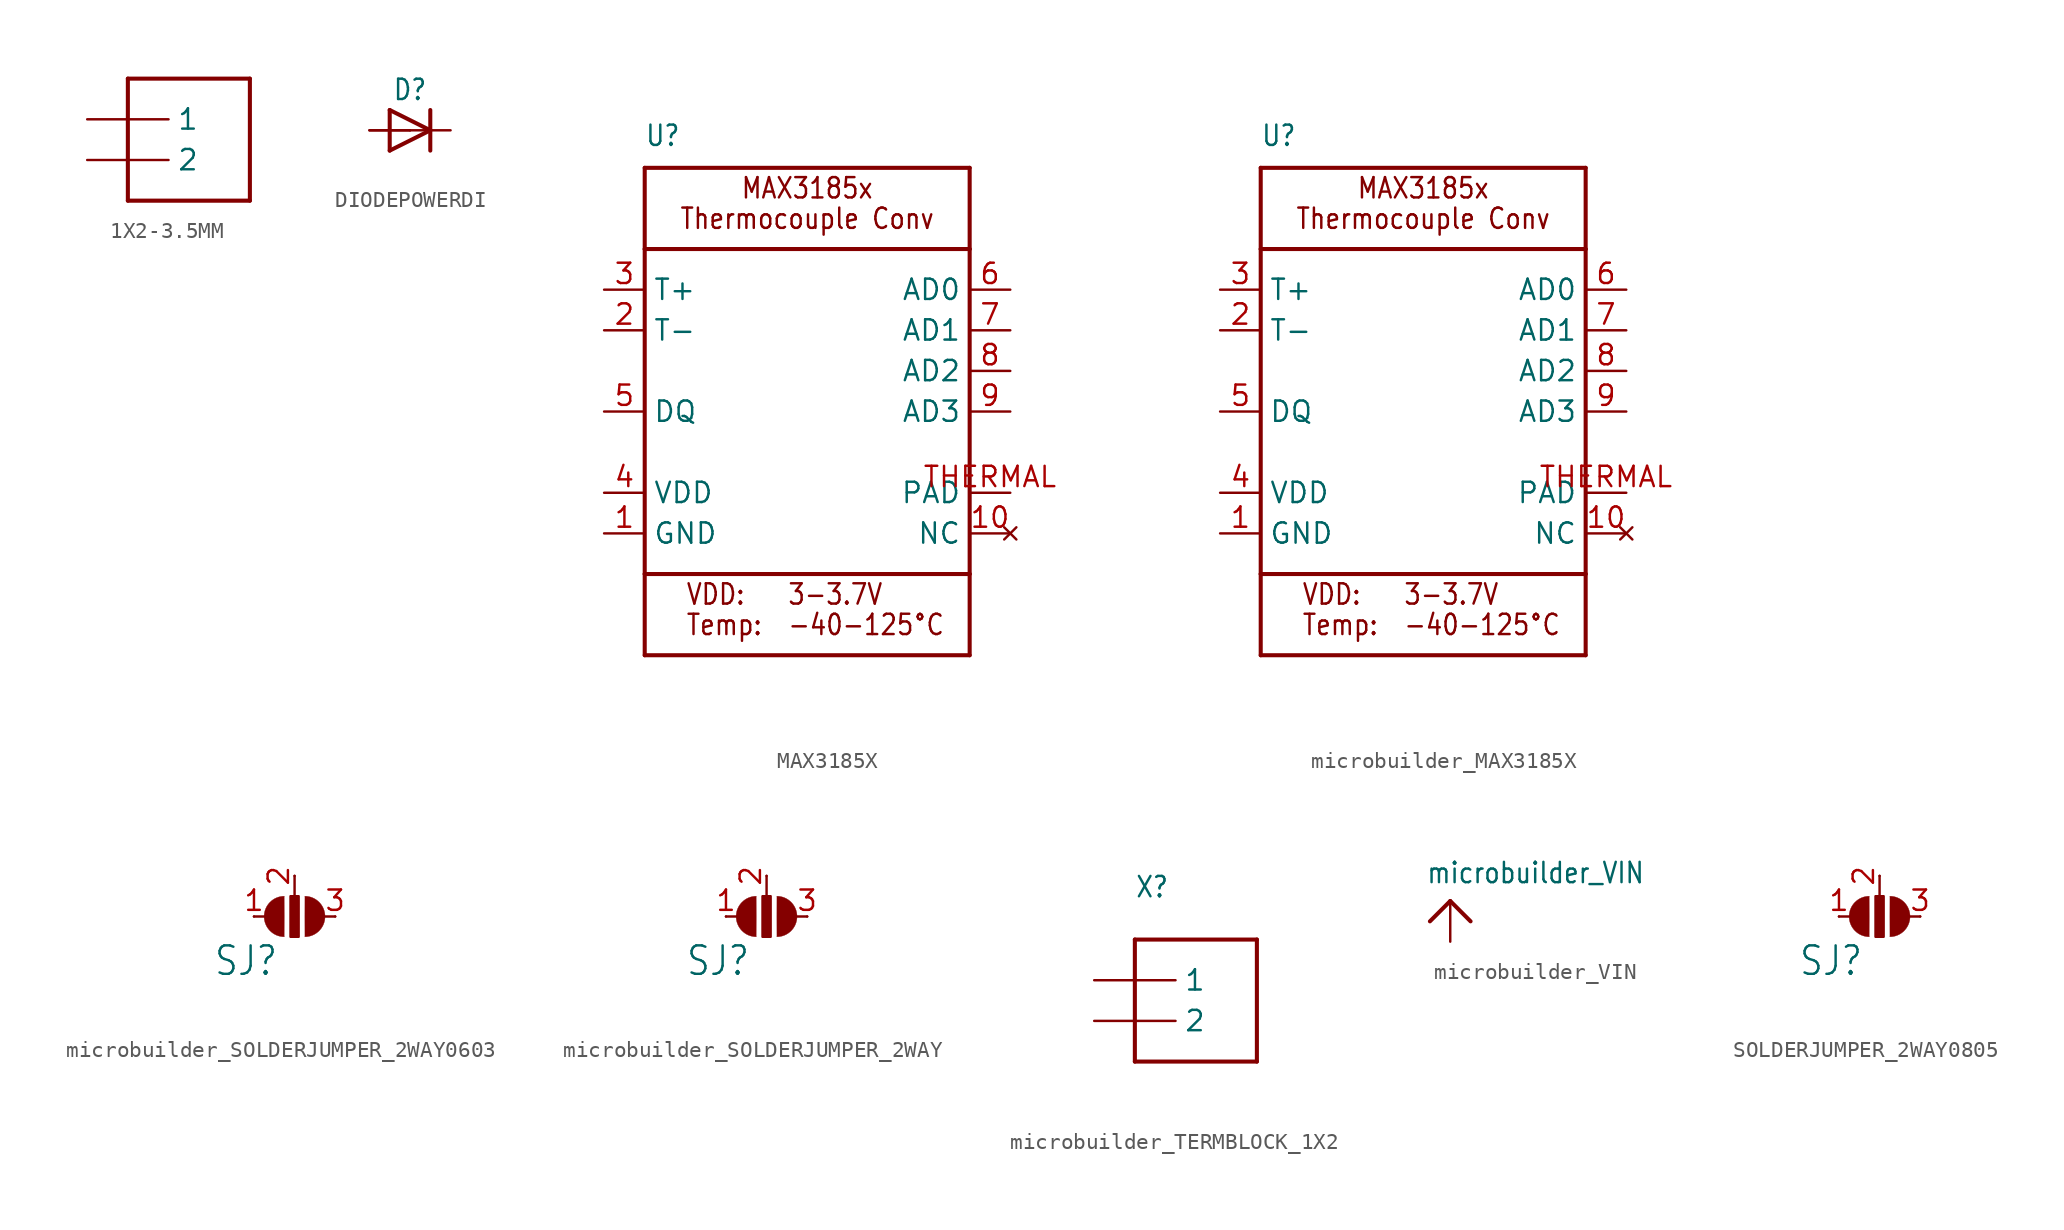
<source format=kicad_sym>
(kicad_symbol_lib
  (version 20220914)
  (generator kicad_symbol_editor)
  (symbol "1X2-3.5MM"
    (property "Reference" "J"
      (at 0 0 0)
      (effects (font (size 1.27 1.27)) hide))
    (property "ki_locked" ""
      (at 0 0 0)
      (effects (font (size 1.27 1.27))))
    (symbol "1X2-3.5MM_1_0"
      (polyline (pts (xy -2.54 -2.54) (xy 5.08 -2.54)) (stroke (width 0.254) (type solid)) (fill (type none)))
      (polyline (pts (xy -2.54 5.08) (xy -2.54 -2.54)) (stroke (width 0.254) (type solid)) (fill (type none)))
      (polyline (pts (xy 5.08 -2.54) (xy 5.08 5.08)) (stroke (width 0.254) (type solid)) (fill (type none)))
      (polyline (pts (xy 5.08 5.08) (xy -2.54 5.08)) (stroke (width 0.254) (type solid)) (fill (type none)))
      (pin passive line (at -5.08 2.54 0) (length 5.08) (name "1" (effects (font (size 1.27 1.27)))) (number "1" (effects (font (size 0 0)))))
      (pin passive line (at -5.08 0 0) (length 5.08) (name "2" (effects (font (size 1.27 1.27)))) (number "2" (effects (font (size 0 0)))))))
  (symbol "DIODEPOWERDI"
    (property "Reference" "D"
      (at 0 2.54 0)
      (effects (font (size 1.27 1.079))))
    (property "Value" ""
      (at 0 -2.5 0)
      (effects (font (size 1.27 1.079))))
    (property "ki_locked" ""
      (at 0 0 0)
      (effects (font (size 1.27 1.27))))
    (symbol "DIODEPOWERDI_1_0"
      (polyline (pts (xy -1.27 -1.27) (xy 1.27 0)) (stroke (width 0.254) (type solid)) (fill (type none)))
      (polyline (pts (xy -1.27 1.27) (xy -1.27 -1.27)) (stroke (width 0.254) (type solid)) (fill (type none)))
      (polyline (pts (xy 1.27 0) (xy -1.27 1.27)) (stroke (width 0.254) (type solid)) (fill (type none)))
      (polyline (pts (xy 1.27 0) (xy 1.27 -1.27)) (stroke (width 0.254) (type solid)) (fill (type none)))
      (polyline (pts (xy 1.27 1.27) (xy 1.27 0)) (stroke (width 0.254) (type solid)) (fill (type none)))
      (pin passive line (at -2.54 0 0) (length 2.54) (name "A" (effects (font (size 0 0)))) (number "A1" (effects (font (size 0 0)))))
      (pin passive line (at -2.54 0 0) (length 2.54) (name "A" (effects (font (size 0 0)))) (number "A2" (effects (font (size 0 0)))))
      (pin passive line (at 2.54 0 180) (length 2.54) (name "C" (effects (font (size 0 0)))) (number "C" (effects (font (size 0 0)))))))
  (symbol "MAX3185X"
    (property "Reference" "U"
      (at -10.16 16.51 0)
      (effects (font (size 1.27 1.079)) (justify left bottom)))
    (property "Value" ""
      (at -10.16 -17.272 0)
      (effects (font (size 1.27 1.079)) (justify left bottom)))
    (property "ki_locked" ""
      (at 0 0 0)
      (effects (font (size 1.27 1.27))))
    (symbol "MAX3185X_1_0"
      (polyline (pts (xy -10.16 -15.24) (xy 10.16 -15.24)) (stroke (width 0.254) (type solid)) (fill (type none)))
      (polyline (pts (xy -10.16 -10.16) (xy -10.16 -15.24)) (stroke (width 0.254) (type solid)) (fill (type none)))
      (polyline (pts (xy -10.16 -10.16) (xy -10.16 10.16)) (stroke (width 0.254) (type solid)) (fill (type none)))
      (polyline (pts (xy -10.16 10.16) (xy -10.16 15.24)) (stroke (width 0.254) (type solid)) (fill (type none)))
      (polyline (pts (xy -10.16 10.16) (xy 10.16 10.16)) (stroke (width 0.254) (type solid)) (fill (type none)))
      (polyline (pts (xy -10.16 15.24) (xy 10.16 15.24)) (stroke (width 0.254) (type solid)) (fill (type none)))
      (polyline (pts (xy 10.16 -15.24) (xy 10.16 -10.16)) (stroke (width 0.254) (type solid)) (fill (type none)))
      (polyline (pts (xy 10.16 -10.16) (xy -10.16 -10.16)) (stroke (width 0.254) (type solid)) (fill (type none)))
      (polyline (pts (xy 10.16 10.16) (xy 10.16 -10.16)) (stroke (width 0.254) (type solid)) (fill (type none)))
      (polyline (pts (xy 10.16 15.24) (xy 10.16 10.16)) (stroke (width 0.254) (type solid)) (fill (type none)))
      (text "-40-125°C" (at -1.27 -13.335 0) (effects (font (size 1.27 1.079)) (justify left)))
      (text "3-3.7V" (at -1.27 -11.43 0) (effects (font (size 1.27 1.079)) (justify left)))
      (text "MAX3185x" (at 0 13.97 0) (effects (font (size 1.27 1.079))))
      (text "Temp:" (at -7.62 -13.335 0) (effects (font (size 1.27 1.079)) (justify left)))
      (text "Thermocouple Conv" (at 0 12.065 0) (effects (font (size 1.27 1.079))))
      (text "VDD:" (at -7.62 -11.43 0) (effects (font (size 1.27 1.079)) (justify left)))
      (pin power_in line (at -12.7 -7.62 0) (length 2.54) (name "GND" (effects (font (size 1.27 1.27)))) (number "1" (effects (font (size 1.27 1.27)))))
      (pin no_connect line (at 12.7 -7.62 180) (length 2.54) (name "NC" (effects (font (size 1.27 1.27)))) (number "10" (effects (font (size 1.27 1.27)))))
      (pin input line (at -12.7 5.08 0) (length 2.54) (name "T-" (effects (font (size 1.27 1.27)))) (number "2" (effects (font (size 1.27 1.27)))))
      (pin input line (at -12.7 7.62 0) (length 2.54) (name "T+" (effects (font (size 1.27 1.27)))) (number "3" (effects (font (size 1.27 1.27)))))
      (pin power_in line (at -12.7 -5.08 0) (length 2.54) (name "VDD" (effects (font (size 1.27 1.27)))) (number "4" (effects (font (size 1.27 1.27)))))
      (pin bidirectional line (at -12.7 0 0) (length 2.54) (name "DQ" (effects (font (size 1.27 1.27)))) (number "5" (effects (font (size 1.27 1.27)))))
      (pin input line (at 12.7 7.62 180) (length 2.54) (name "AD0" (effects (font (size 1.27 1.27)))) (number "6" (effects (font (size 1.27 1.27)))))
      (pin input line (at 12.7 5.08 180) (length 2.54) (name "AD1" (effects (font (size 1.27 1.27)))) (number "7" (effects (font (size 1.27 1.27)))))
      (pin input line (at 12.7 2.54 180) (length 2.54) (name "AD2" (effects (font (size 1.27 1.27)))) (number "8" (effects (font (size 1.27 1.27)))))
      (pin input line (at 12.7 0 180) (length 2.54) (name "AD3" (effects (font (size 1.27 1.27)))) (number "9" (effects (font (size 1.27 1.27)))))
      (pin passive line (at 12.7 -5.08 180) (length 2.54) (name "PAD" (effects (font (size 1.27 1.27)))) (number "THERMAL" (effects (font (size 1.27 1.27)))))))
  (symbol "microbuilder_MAX3185X"
    (property "Reference" "U"
      (at -10.16 16.51 0)
      (effects (font (size 1.27 1.079)) (justify left bottom)))
    (property "Value" ""
      (at -10.16 -17.272 0)
      (effects (font (size 1.27 1.079)) (justify left bottom)))
    (property "ki_locked" ""
      (at 0 0 0)
      (effects (font (size 1.27 1.27))))
    (symbol "microbuilder_MAX3185X_1_0"
      (polyline (pts (xy -10.16 -15.24) (xy 10.16 -15.24)) (stroke (width 0.254) (type solid)) (fill (type none)))
      (polyline (pts (xy -10.16 -10.16) (xy -10.16 -15.24)) (stroke (width 0.254) (type solid)) (fill (type none)))
      (polyline (pts (xy -10.16 -10.16) (xy -10.16 10.16)) (stroke (width 0.254) (type solid)) (fill (type none)))
      (polyline (pts (xy -10.16 10.16) (xy -10.16 15.24)) (stroke (width 0.254) (type solid)) (fill (type none)))
      (polyline (pts (xy -10.16 10.16) (xy 10.16 10.16)) (stroke (width 0.254) (type solid)) (fill (type none)))
      (polyline (pts (xy -10.16 15.24) (xy 10.16 15.24)) (stroke (width 0.254) (type solid)) (fill (type none)))
      (polyline (pts (xy 10.16 -15.24) (xy 10.16 -10.16)) (stroke (width 0.254) (type solid)) (fill (type none)))
      (polyline (pts (xy 10.16 -10.16) (xy -10.16 -10.16)) (stroke (width 0.254) (type solid)) (fill (type none)))
      (polyline (pts (xy 10.16 10.16) (xy 10.16 -10.16)) (stroke (width 0.254) (type solid)) (fill (type none)))
      (polyline (pts (xy 10.16 15.24) (xy 10.16 10.16)) (stroke (width 0.254) (type solid)) (fill (type none)))
      (text "-40-125°C" (at -1.27 -13.335 0) (effects (font (size 1.27 1.079)) (justify left)))
      (text "3-3.7V" (at -1.27 -11.43 0) (effects (font (size 1.27 1.079)) (justify left)))
      (text "MAX3185x" (at 0 13.97 0) (effects (font (size 1.27 1.079))))
      (text "Temp:" (at -7.62 -13.335 0) (effects (font (size 1.27 1.079)) (justify left)))
      (text "Thermocouple Conv" (at 0 12.065 0) (effects (font (size 1.27 1.079))))
      (text "VDD:" (at -7.62 -11.43 0) (effects (font (size 1.27 1.079)) (justify left)))
      (pin power_in line (at -12.7 -7.62 0) (length 2.54) (name "GND" (effects (font (size 1.27 1.27)))) (number "1" (effects (font (size 1.27 1.27)))))
      (pin no_connect line (at 12.7 -7.62 180) (length 2.54) (name "NC" (effects (font (size 1.27 1.27)))) (number "10" (effects (font (size 1.27 1.27)))))
      (pin input line (at -12.7 5.08 0) (length 2.54) (name "T-" (effects (font (size 1.27 1.27)))) (number "2" (effects (font (size 1.27 1.27)))))
      (pin input line (at -12.7 7.62 0) (length 2.54) (name "T+" (effects (font (size 1.27 1.27)))) (number "3" (effects (font (size 1.27 1.27)))))
      (pin power_in line (at -12.7 -5.08 0) (length 2.54) (name "VDD" (effects (font (size 1.27 1.27)))) (number "4" (effects (font (size 1.27 1.27)))))
      (pin bidirectional line (at -12.7 0 0) (length 2.54) (name "DQ" (effects (font (size 1.27 1.27)))) (number "5" (effects (font (size 1.27 1.27)))))
      (pin input line (at 12.7 7.62 180) (length 2.54) (name "AD0" (effects (font (size 1.27 1.27)))) (number "6" (effects (font (size 1.27 1.27)))))
      (pin input line (at 12.7 5.08 180) (length 2.54) (name "AD1" (effects (font (size 1.27 1.27)))) (number "7" (effects (font (size 1.27 1.27)))))
      (pin input line (at 12.7 2.54 180) (length 2.54) (name "AD2" (effects (font (size 1.27 1.27)))) (number "8" (effects (font (size 1.27 1.27)))))
      (pin input line (at 12.7 0 180) (length 2.54) (name "AD3" (effects (font (size 1.27 1.27)))) (number "9" (effects (font (size 1.27 1.27)))))
      (pin passive line (at 12.7 -5.08 180) (length 2.54) (name "PAD" (effects (font (size 1.27 1.27)))) (number "THERMAL" (effects (font (size 1.27 1.27)))))))
  (symbol "microbuilder_SOLDERJUMPER_2WAY0603"
    (property "Reference" "SJ"
      (at -5.08 -3.81 0)
      (effects (font (size 1.778 1.511)) (justify left bottom)))
    (property "Value" ""
      (at -5.08 -6.35 0)
      (effects (font (size 1.778 1.511)) (justify left bottom)))
    (property "ki_locked" ""
      (at 0 0 0)
      (effects (font (size 1.27 1.27))))
    (symbol "microbuilder_SOLDERJUMPER_2WAY0603_1_0"
      (arc (start -0.635 1.27) (mid -1.8995 0) (end -0.635 -1.27) (stroke (width 0.0001) (type solid)) (fill (type outline)))
      (rectangle (start -0.254 -1.27) (end 0.254 1.27) (stroke (width 0) (type default)) (fill (type outline)))
      (polyline (pts (xy -2.54 0) (xy -1.651 0)) (stroke (width 0.152) (type solid)) (fill (type none)))
      (polyline (pts (xy 0 2.54) (xy 0 0.381)) (stroke (width 0.152) (type solid)) (fill (type none)))
      (polyline (pts (xy 2.54 0) (xy 1.651 0)) (stroke (width 0.152) (type solid)) (fill (type none)))
      (arc (start 0.635 -1.27) (mid 1.8995 0) (end 0.635 1.27) (stroke (width 0.0001) (type solid)) (fill (type outline)))
      (pin passive line (at -2.54 0 0) (length 0) (name "1" (effects (font (size 0 0)))) (number "1" (effects (font (size 1.27 1.27)))))
      (pin passive line (at 0 2.54 270) (length 0) (name "2" (effects (font (size 0 0)))) (number "2" (effects (font (size 1.27 1.27)))))
      (pin passive line (at 2.54 0 180) (length 0) (name "3" (effects (font (size 0 0)))) (number "3" (effects (font (size 1.27 1.27)))))))
  (symbol "microbuilder_SOLDERJUMPER_2WAY"
    (property "Reference" "SJ"
      (at -5.08 -3.81 0)
      (effects (font (size 1.778 1.511)) (justify left bottom)))
    (property "Value" ""
      (at -5.08 -6.35 0)
      (effects (font (size 1.778 1.511)) (justify left bottom)))
    (property "ki_locked" ""
      (at 0 0 0)
      (effects (font (size 1.27 1.27))))
    (symbol "microbuilder_SOLDERJUMPER_2WAY_1_0"
      (arc (start -0.635 1.27) (mid -1.8995 0) (end -0.635 -1.27) (stroke (width 0.0001) (type solid)) (fill (type outline)))
      (rectangle (start -0.254 -1.27) (end 0.254 1.27) (stroke (width 0) (type default)) (fill (type outline)))
      (polyline (pts (xy -2.54 0) (xy -1.651 0)) (stroke (width 0.152) (type solid)) (fill (type none)))
      (polyline (pts (xy 0 2.54) (xy 0 0.381)) (stroke (width 0.152) (type solid)) (fill (type none)))
      (polyline (pts (xy 2.54 0) (xy 1.651 0)) (stroke (width 0.152) (type solid)) (fill (type none)))
      (arc (start 0.635 -1.27) (mid 1.8995 0) (end 0.635 1.27) (stroke (width 0.0001) (type solid)) (fill (type outline)))
      (pin passive line (at -2.54 0 0) (length 0) (name "1" (effects (font (size 0 0)))) (number "1" (effects (font (size 1.27 1.27)))))
      (pin passive line (at 0 2.54 270) (length 0) (name "2" (effects (font (size 0 0)))) (number "2" (effects (font (size 1.27 1.27)))))
      (pin passive line (at 2.54 0 180) (length 0) (name "3" (effects (font (size 0 0)))) (number "3" (effects (font (size 1.27 1.27)))))))
  (symbol "microbuilder_TERMBLOCK_1X2"
    (property "Reference" "X"
      (at -2.54 7.62 0)
      (effects (font (size 1.27 1.079)) (justify left bottom)))
    (property "Value" ""
      (at -2.54 -5.08 0)
      (effects (font (size 1.27 1.079)) (justify left bottom)))
    (property "ki_locked" ""
      (at 0 0 0)
      (effects (font (size 1.27 1.27))))
    (symbol "microbuilder_TERMBLOCK_1X2_1_0"
      (polyline (pts (xy -2.54 -2.54) (xy 5.08 -2.54)) (stroke (width 0.254) (type solid)) (fill (type none)))
      (polyline (pts (xy -2.54 5.08) (xy -2.54 -2.54)) (stroke (width 0.254) (type solid)) (fill (type none)))
      (polyline (pts (xy 5.08 -2.54) (xy 5.08 5.08)) (stroke (width 0.254) (type solid)) (fill (type none)))
      (polyline (pts (xy 5.08 5.08) (xy -2.54 5.08)) (stroke (width 0.254) (type solid)) (fill (type none)))
      (pin passive line (at -5.08 2.54 0) (length 5.08) (name "1" (effects (font (size 1.27 1.27)))) (number "1" (effects (font (size 0 0)))))
      (pin passive line (at -5.08 0 0) (length 5.08) (name "2" (effects (font (size 1.27 1.27)))) (number "2" (effects (font (size 0 0)))))))
  (symbol "microbuilder_VIN"
    (power)
    (property "Reference" ""
      (at 0 0 0)
      (effects (font (size 1.27 1.27)) hide))
    (property "Value" "microbuilder_VIN"
      (at -1.524 1.016 0)
      (effects (font (size 1.27 1.079)) (justify left bottom)))
    (property "ki_locked" ""
      (at 0 0 0)
      (effects (font (size 1.27 1.27))))
    (symbol "microbuilder_VIN_1_0"
      (polyline (pts (xy -1.27 -1.27) (xy 0 0)) (stroke (width 0.254) (type solid)) (fill (type none)))
      (polyline (pts (xy 0 0) (xy 1.27 -1.27)) (stroke (width 0.254) (type solid)) (fill (type none)))
      (pin power_in line (at 0 -2.54 90) (length 2.54) (name "VIN" (effects (font (size 0 0)))) (number "1" (effects (font (size 0 0)))))))
  (symbol "SOLDERJUMPER_2WAY0805"
    (property "Reference" "SJ"
      (at -5.08 -3.81 0)
      (effects (font (size 1.778 1.511)) (justify left bottom)))
    (property "Value" ""
      (at -5.08 -6.35 0)
      (effects (font (size 1.778 1.511)) (justify left bottom)))
    (property "ki_locked" ""
      (at 0 0 0)
      (effects (font (size 1.27 1.27))))
    (symbol "SOLDERJUMPER_2WAY0805_1_0"
      (arc (start -0.635 1.27) (mid -1.8995 0) (end -0.635 -1.27) (stroke (width 0.0001) (type solid)) (fill (type outline)))
      (rectangle (start -0.254 -1.27) (end 0.254 1.27) (stroke (width 0) (type default)) (fill (type outline)))
      (polyline (pts (xy -2.54 0) (xy -1.651 0)) (stroke (width 0.152) (type solid)) (fill (type none)))
      (polyline (pts (xy 0 2.54) (xy 0 0.381)) (stroke (width 0.152) (type solid)) (fill (type none)))
      (polyline (pts (xy 2.54 0) (xy 1.651 0)) (stroke (width 0.152) (type solid)) (fill (type none)))
      (arc (start 0.635 -1.27) (mid 1.8995 0) (end 0.635 1.27) (stroke (width 0.0001) (type solid)) (fill (type outline)))
      (pin passive line (at -2.54 0 0) (length 0) (name "1" (effects (font (size 0 0)))) (number "1" (effects (font (size 1.27 1.27)))))
      (pin passive line (at 0 2.54 270) (length 0) (name "2" (effects (font (size 0 0)))) (number "2" (effects (font (size 1.27 1.27)))))
      (pin passive line (at 2.54 0 180) (length 0) (name "3" (effects (font (size 0 0)))) (number "3" (effects (font (size 1.27 1.27))))))))
</source>
